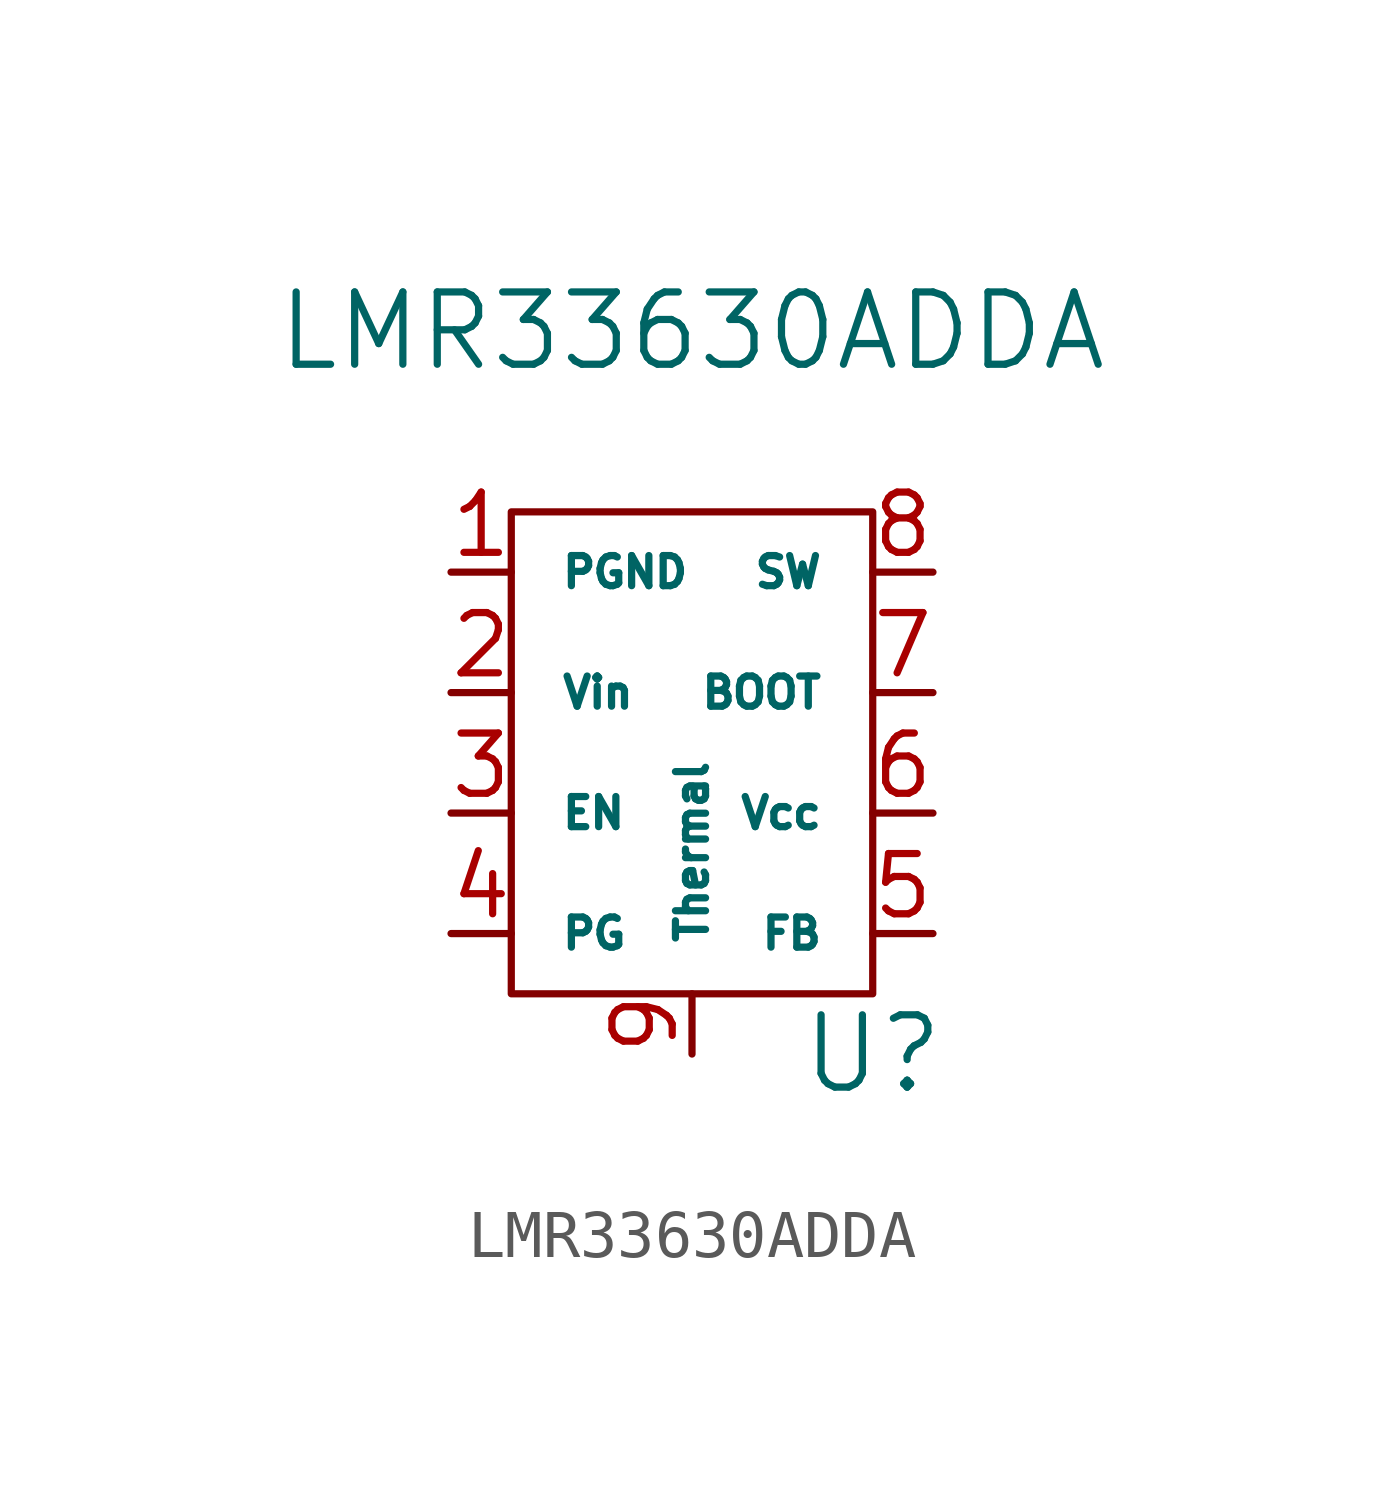
<source format=kicad_sym>
(kicad_symbol_lib
  (version 20211014)
  (generator kicad_symbol_editor)
  (symbol "LMR33630ADDA"
    (pin_names
      (offset 1.016))
    (property "Reference" "U"
      (at 3.81 -7.62 0)
      (effects (font (size 1.524 1.524))))
    (property "Value" "LMR33630ADDA"
      (at 0 7.62 0)
      (effects (font (size 1.524 1.524))))
    (symbol "LMR33630ADDA_0_1"
      (rectangle (start -3.81 3.81) (end 3.81 -6.35) (stroke (width 0) (type default) (color 0 0 0 0)) (fill (type none))))
    (symbol "LMR33630ADDA_1_1"
      (pin input line (at -5.08 2.54 0) (length 1.27) (name "PGND" (effects (font (size 0.635 0.635)))) (number "1" (effects (font (size 1.27 1.27)))))
      (pin input line (at -5.08 0 0) (length 1.27) (name "Vin" (effects (font (size 0.635 0.635)))) (number "2" (effects (font (size 1.27 1.27)))))
      (pin input line (at -5.08 -2.54 0) (length 1.27) (name "EN" (effects (font (size 0.635 0.635)))) (number "3" (effects (font (size 1.27 1.27)))))
      (pin input line (at -5.08 -5.08 0) (length 1.27) (name "PG" (effects (font (size 0.635 0.635)))) (number "4" (effects (font (size 1.27 1.27)))))
      (pin input line (at 5.08 -5.08 180) (length 1.27) (name "FB" (effects (font (size 0.635 0.635)))) (number "5" (effects (font (size 1.27 1.27)))))
      (pin input line (at 5.08 -2.54 180) (length 1.27) (name "Vcc" (effects (font (size 0.635 0.635)))) (number "6" (effects (font (size 1.27 1.27)))))
      (pin input line (at 5.08 0 180) (length 1.27) (name "BOOT" (effects (font (size 0.635 0.635)))) (number "7" (effects (font (size 1.27 1.27)))))
      (pin input line (at 5.08 2.54 180) (length 1.27) (name "SW" (effects (font (size 0.635 0.635)))) (number "8" (effects (font (size 1.27 1.27)))))
      (pin input line (at 0 -7.62 90) (length 1.27) (name "Thermal" (effects (font (size 0.635 0.635)))) (number "9" (effects (font (size 1.27 1.27))))))))
</source>
